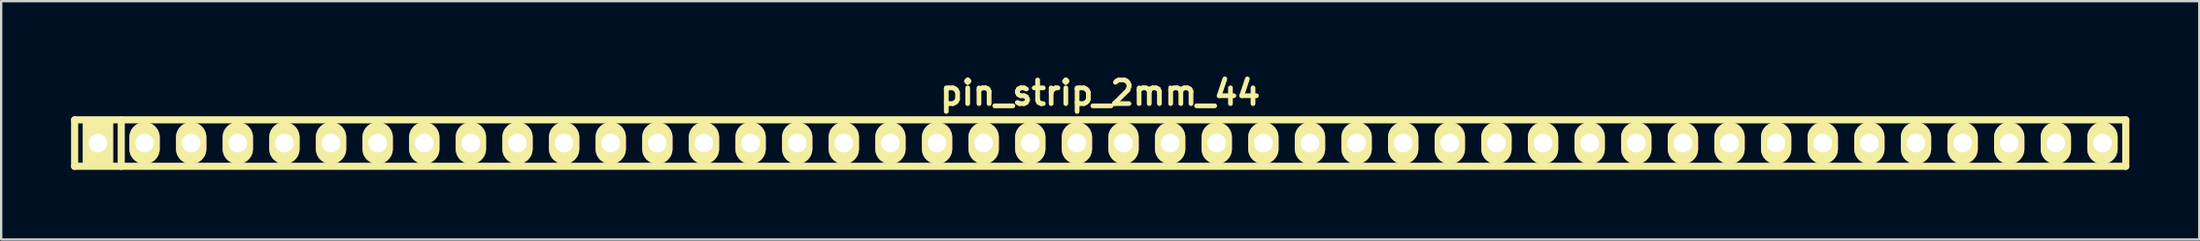
<source format=kicad_pcb>
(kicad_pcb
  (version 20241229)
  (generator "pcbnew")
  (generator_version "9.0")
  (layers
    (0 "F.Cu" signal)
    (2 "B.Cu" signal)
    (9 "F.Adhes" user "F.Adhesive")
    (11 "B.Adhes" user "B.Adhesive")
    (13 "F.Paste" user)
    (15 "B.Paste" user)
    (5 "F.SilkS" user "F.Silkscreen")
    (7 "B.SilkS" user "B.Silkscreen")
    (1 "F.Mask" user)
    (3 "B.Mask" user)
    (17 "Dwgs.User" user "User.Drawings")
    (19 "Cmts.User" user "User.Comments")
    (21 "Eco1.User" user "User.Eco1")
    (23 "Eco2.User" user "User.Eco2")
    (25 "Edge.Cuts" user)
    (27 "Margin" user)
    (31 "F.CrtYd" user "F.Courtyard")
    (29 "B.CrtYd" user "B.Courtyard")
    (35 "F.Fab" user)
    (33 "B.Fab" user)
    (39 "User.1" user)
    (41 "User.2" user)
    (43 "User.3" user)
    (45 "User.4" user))
  (footprint "pin_strip_2mm_44"
    (layer "F.Cu")
    (at 44.152 3.11)
    (property "Reference" "pin_strip_2mm_44" (at 0 -2.159 0) (layer "F.SilkS") (effects (font (size 1.016 1.016) (thickness 0.203))))
    (attr through_hole)
    (fp_line (start -44 -1) (end 44 -1) (stroke (width 0.305) (type solid)) (layer "F.SilkS"))
    (fp_line (start -44 1) (end -44 -1) (stroke (width 0.305) (type solid)) (layer "F.SilkS"))
    (fp_line (start -42 -1) (end -42 1) (stroke (width 0.305) (type solid)) (layer "F.SilkS"))
    (fp_line (start 44 -1) (end 44 1) (stroke (width 0.305) (type solid)) (layer "F.SilkS"))
    (fp_line (start 44 1) (end -44 1) (stroke (width 0.305) (type solid)) (layer "F.SilkS"))
    (pad "1" thru_hole rect (at -43 0) (size 1.3 1.8) (drill 0.8) (layers "*.Cu" "*.Mask" "F.SilkS"))
    (pad "2" thru_hole oval (at -41 0) (size 1.3 1.8) (drill 0.8) (layers "*.Cu" "*.Mask" "F.SilkS"))
    (pad "3" thru_hole oval (at -39 0) (size 1.3 1.8) (drill 0.8) (layers "*.Cu" "*.Mask" "F.SilkS"))
    (pad "4" thru_hole oval (at -37 0) (size 1.3 1.8) (drill 0.8) (layers "*.Cu" "*.Mask" "F.SilkS"))
    (pad "5" thru_hole oval (at -35 0) (size 1.3 1.8) (drill 0.8) (layers "*.Cu" "*.Mask" "F.SilkS"))
    (pad "6" thru_hole oval (at -33 0) (size 1.3 1.8) (drill 0.8) (layers "*.Cu" "*.Mask" "F.SilkS"))
    (pad "7" thru_hole oval (at -31 0) (size 1.3 1.8) (drill 0.8) (layers "*.Cu" "*.Mask" "F.SilkS"))
    (pad "8" thru_hole oval (at -29 0) (size 1.3 1.8) (drill 0.8) (layers "*.Cu" "*.Mask" "F.SilkS"))
    (pad "9" thru_hole oval (at -27 0) (size 1.3 1.8) (drill 0.8) (layers "*.Cu" "*.Mask" "F.SilkS"))
    (pad "10" thru_hole oval (at -25 0) (size 1.3 1.8) (drill 0.8) (layers "*.Cu" "*.Mask" "F.SilkS"))
    (pad "11" thru_hole oval (at -23 0) (size 1.3 1.8) (drill 0.8) (layers "*.Cu" "*.Mask" "F.SilkS"))
    (pad "12" thru_hole oval (at -21 0) (size 1.3 1.8) (drill 0.8) (layers "*.Cu" "*.Mask" "F.SilkS"))
    (pad "13" thru_hole oval (at -19 0) (size 1.3 1.8) (drill 0.8) (layers "*.Cu" "*.Mask" "F.SilkS"))
    (pad "14" thru_hole oval (at -17 0) (size 1.3 1.8) (drill 0.8) (layers "*.Cu" "*.Mask" "F.SilkS"))
    (pad "15" thru_hole oval (at -15 0) (size 1.3 1.8) (drill 0.8) (layers "*.Cu" "*.Mask" "F.SilkS"))
    (pad "16" thru_hole oval (at -13 0) (size 1.3 1.8) (drill 0.8) (layers "*.Cu" "*.Mask" "F.SilkS"))
    (pad "17" thru_hole oval (at -11 0) (size 1.3 1.8) (drill 0.8) (layers "*.Cu" "*.Mask" "F.SilkS"))
    (pad "18" thru_hole oval (at -9 0) (size 1.3 1.8) (drill 0.8) (layers "*.Cu" "*.Mask" "F.SilkS"))
    (pad "19" thru_hole oval (at -7 0) (size 1.3 1.8) (drill 0.8) (layers "*.Cu" "*.Mask" "F.SilkS"))
    (pad "20" thru_hole oval (at -5 0) (size 1.3 1.8) (drill 0.8) (layers "*.Cu" "*.Mask" "F.SilkS"))
    (pad "21" thru_hole oval (at -3 0) (size 1.3 1.8) (drill 0.8) (layers "*.Cu" "*.Mask" "F.SilkS"))
    (pad "22" thru_hole oval (at -1 0) (size 1.3 1.8) (drill 0.8) (layers "*.Cu" "*.Mask" "F.SilkS"))
    (pad "23" thru_hole oval (at 1 0) (size 1.3 1.8) (drill 0.8) (layers "*.Cu" "*.Mask" "F.SilkS"))
    (pad "24" thru_hole oval (at 3 0) (size 1.3 1.8) (drill 0.8) (layers "*.Cu" "*.Mask" "F.SilkS"))
    (pad "25" thru_hole oval (at 5 0) (size 1.3 1.8) (drill 0.8) (layers "*.Cu" "*.Mask" "F.SilkS"))
    (pad "26" thru_hole oval (at 7 0) (size 1.3 1.8) (drill 0.8) (layers "*.Cu" "*.Mask" "F.SilkS"))
    (pad "27" thru_hole oval (at 9 0) (size 1.3 1.8) (drill 0.8) (layers "*.Cu" "*.Mask" "F.SilkS"))
    (pad "28" thru_hole oval (at 11 0) (size 1.3 1.8) (drill 0.8) (layers "*.Cu" "*.Mask" "F.SilkS"))
    (pad "29" thru_hole oval (at 13 0) (size 1.3 1.8) (drill 0.8) (layers "*.Cu" "*.Mask" "F.SilkS"))
    (pad "30" thru_hole oval (at 15 0) (size 1.3 1.8) (drill 0.8) (layers "*.Cu" "*.Mask" "F.SilkS"))
    (pad "31" thru_hole oval (at 17 0) (size 1.3 1.8) (drill 0.8) (layers "*.Cu" "*.Mask" "F.SilkS"))
    (pad "32" thru_hole oval (at 19 0) (size 1.3 1.8) (drill 0.8) (layers "*.Cu" "*.Mask" "F.SilkS"))
    (pad "33" thru_hole oval (at 21 0) (size 1.3 1.8) (drill 0.8) (layers "*.Cu" "*.Mask" "F.SilkS"))
    (pad "34" thru_hole oval (at 23 0) (size 1.3 1.8) (drill 0.8) (layers "*.Cu" "*.Mask" "F.SilkS"))
    (pad "35" thru_hole oval (at 25 0) (size 1.3 1.8) (drill 0.8) (layers "*.Cu" "*.Mask" "F.SilkS"))
    (pad "36" thru_hole oval (at 27 0) (size 1.3 1.8) (drill 0.8) (layers "*.Cu" "*.Mask" "F.SilkS"))
    (pad "37" thru_hole oval (at 29 0) (size 1.3 1.8) (drill 0.8) (layers "*.Cu" "*.Mask" "F.SilkS"))
    (pad "38" thru_hole oval (at 31 0) (size 1.3 1.8) (drill 0.8) (layers "*.Cu" "*.Mask" "F.SilkS"))
    (pad "39" thru_hole oval (at 33 0) (size 1.3 1.8) (drill 0.8) (layers "*.Cu" "*.Mask" "F.SilkS"))
    (pad "40" thru_hole oval (at 35 0) (size 1.3 1.8) (drill 0.8) (layers "*.Cu" "*.Mask" "F.SilkS"))
    (pad "41" thru_hole oval (at 37 0) (size 1.3 1.8) (drill 0.8) (layers "*.Cu" "*.Mask" "F.SilkS"))
    (pad "42" thru_hole oval (at 39 0) (size 1.3 1.8) (drill 0.8) (layers "*.Cu" "*.Mask" "F.SilkS"))
    (pad "43" thru_hole oval (at 41 0) (size 1.3 1.8) (drill 0.8) (layers "*.Cu" "*.Mask" "F.SilkS"))
    (pad "44" thru_hole oval (at 43 0) (size 1.3 1.8) (drill 0.8) (layers "*.Cu" "*.Mask" "F.SilkS")))
  (gr_rect
    (start -3 -3)
    (end 91.305 7.262)
    (stroke (width 0.1) (type default))
    (fill no)
    (layer "Edge.Cuts")))
</source>
